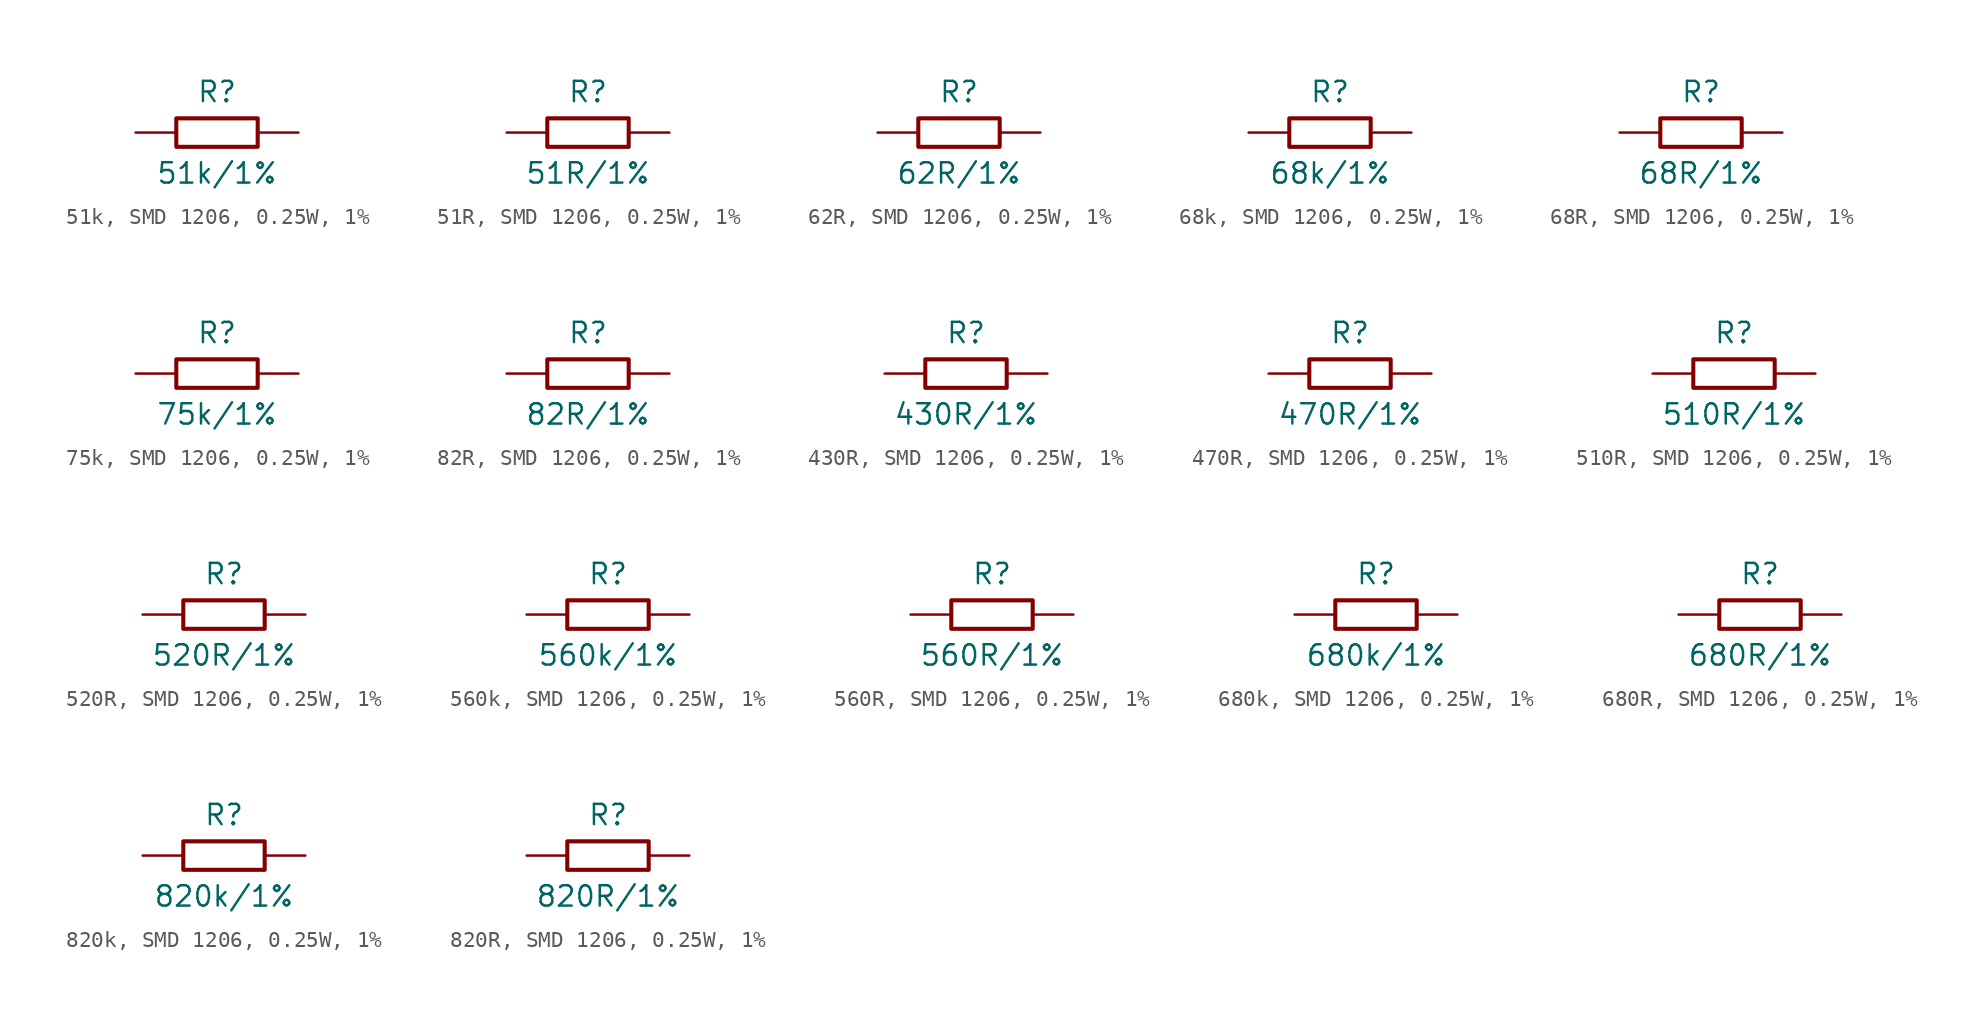
<source format=kicad_sym>
(kicad_symbol_lib
  (version 20220914)
  (generator kicad_symbol_editor)
  (symbol "51k, SMD 1206, 0.25W, 1%"
    (pin_numbers hide)
    (pin_names
      (offset 0) hide)
    (property "Reference" "R"
      (at 0 2.54 0)
      (effects (font (size 1.27 1.27))))
    (property "Value" "51k/1%"
      (at 0 -2.54 0)
      (effects (font (size 1.27 1.27))))
    (symbol "51k, SMD 1206, 0.25W, 1%_0_1"
      (rectangle (start -2.54 0.889) (end 2.54 -0.889) (stroke (width 0.254) (type default)) (fill (type none))))
    (symbol "51k, SMD 1206, 0.25W, 1%_1_1"
      (pin passive line (at -5.08 0 0) (length 2.54) (name "1" (effects (font (size 1.27 1.27)))) (number "1" (effects (font (size 1.27 1.27)))))
      (pin passive line (at 5.08 0 180) (length 2.54) (name "2" (effects (font (size 1.27 1.27)))) (number "2" (effects (font (size 1.27 1.27)))))))
  (symbol "51R, SMD 1206, 0.25W, 1%"
    (pin_numbers hide)
    (pin_names
      (offset 0) hide)
    (property "Reference" "R"
      (at 0 2.54 0)
      (effects (font (size 1.27 1.27))))
    (property "Value" "51R/1%"
      (at 0 -2.54 0)
      (effects (font (size 1.27 1.27))))
    (symbol "51R, SMD 1206, 0.25W, 1%_0_1"
      (rectangle (start -2.54 0.889) (end 2.54 -0.889) (stroke (width 0.254) (type default)) (fill (type none))))
    (symbol "51R, SMD 1206, 0.25W, 1%_1_1"
      (pin passive line (at -5.08 0 0) (length 2.54) (name "1" (effects (font (size 1.27 1.27)))) (number "1" (effects (font (size 1.27 1.27)))))
      (pin passive line (at 5.08 0 180) (length 2.54) (name "2" (effects (font (size 1.27 1.27)))) (number "2" (effects (font (size 1.27 1.27)))))))
  (symbol "62R, SMD 1206, 0.25W, 1%"
    (pin_numbers hide)
    (pin_names
      (offset 0) hide)
    (property "Reference" "R"
      (at 0 2.54 0)
      (effects (font (size 1.27 1.27))))
    (property "Value" "62R/1%"
      (at 0 -2.54 0)
      (effects (font (size 1.27 1.27))))
    (symbol "62R, SMD 1206, 0.25W, 1%_0_1"
      (rectangle (start -2.54 0.889) (end 2.54 -0.889) (stroke (width 0.254) (type default)) (fill (type none))))
    (symbol "62R, SMD 1206, 0.25W, 1%_1_1"
      (pin passive line (at -5.08 0 0) (length 2.54) (name "1" (effects (font (size 1.27 1.27)))) (number "1" (effects (font (size 1.27 1.27)))))
      (pin passive line (at 5.08 0 180) (length 2.54) (name "2" (effects (font (size 1.27 1.27)))) (number "2" (effects (font (size 1.27 1.27)))))))
  (symbol "68k, SMD 1206, 0.25W, 1%"
    (pin_numbers hide)
    (pin_names
      (offset 0) hide)
    (property "Reference" "R"
      (at 0 2.54 0)
      (effects (font (size 1.27 1.27))))
    (property "Value" "68k/1%"
      (at 0 -2.54 0)
      (effects (font (size 1.27 1.27))))
    (symbol "68k, SMD 1206, 0.25W, 1%_0_1"
      (rectangle (start -2.54 0.889) (end 2.54 -0.889) (stroke (width 0.254) (type default)) (fill (type none))))
    (symbol "68k, SMD 1206, 0.25W, 1%_1_1"
      (pin passive line (at -5.08 0 0) (length 2.54) (name "1" (effects (font (size 1.27 1.27)))) (number "1" (effects (font (size 1.27 1.27)))))
      (pin passive line (at 5.08 0 180) (length 2.54) (name "2" (effects (font (size 1.27 1.27)))) (number "2" (effects (font (size 1.27 1.27)))))))
  (symbol "68R, SMD 1206, 0.25W, 1%"
    (pin_numbers hide)
    (pin_names
      (offset 0) hide)
    (property "Reference" "R"
      (at 0 2.54 0)
      (effects (font (size 1.27 1.27))))
    (property "Value" "68R/1%"
      (at 0 -2.54 0)
      (effects (font (size 1.27 1.27))))
    (symbol "68R, SMD 1206, 0.25W, 1%_0_1"
      (rectangle (start -2.54 0.889) (end 2.54 -0.889) (stroke (width 0.254) (type default)) (fill (type none))))
    (symbol "68R, SMD 1206, 0.25W, 1%_1_1"
      (pin passive line (at -5.08 0 0) (length 2.54) (name "1" (effects (font (size 1.27 1.27)))) (number "1" (effects (font (size 1.27 1.27)))))
      (pin passive line (at 5.08 0 180) (length 2.54) (name "2" (effects (font (size 1.27 1.27)))) (number "2" (effects (font (size 1.27 1.27)))))))
  (symbol "75k, SMD 1206, 0.25W, 1%"
    (pin_numbers hide)
    (pin_names
      (offset 0) hide)
    (property "Reference" "R"
      (at 0 2.54 0)
      (effects (font (size 1.27 1.27))))
    (property "Value" "75k/1%"
      (at 0 -2.54 0)
      (effects (font (size 1.27 1.27))))
    (symbol "75k, SMD 1206, 0.25W, 1%_0_1"
      (rectangle (start -2.54 0.889) (end 2.54 -0.889) (stroke (width 0.254) (type default)) (fill (type none))))
    (symbol "75k, SMD 1206, 0.25W, 1%_1_1"
      (pin passive line (at -5.08 0 0) (length 2.54) (name "1" (effects (font (size 1.27 1.27)))) (number "1" (effects (font (size 1.27 1.27)))))
      (pin passive line (at 5.08 0 180) (length 2.54) (name "2" (effects (font (size 1.27 1.27)))) (number "2" (effects (font (size 1.27 1.27)))))))
  (symbol "82R, SMD 1206, 0.25W, 1%"
    (pin_numbers hide)
    (pin_names
      (offset 0) hide)
    (property "Reference" "R"
      (at 0 2.54 0)
      (effects (font (size 1.27 1.27))))
    (property "Value" "82R/1%"
      (at 0 -2.54 0)
      (effects (font (size 1.27 1.27))))
    (symbol "82R, SMD 1206, 0.25W, 1%_0_1"
      (rectangle (start -2.54 0.889) (end 2.54 -0.889) (stroke (width 0.254) (type default)) (fill (type none))))
    (symbol "82R, SMD 1206, 0.25W, 1%_1_1"
      (pin passive line (at -5.08 0 0) (length 2.54) (name "1" (effects (font (size 1.27 1.27)))) (number "1" (effects (font (size 1.27 1.27)))))
      (pin passive line (at 5.08 0 180) (length 2.54) (name "2" (effects (font (size 1.27 1.27)))) (number "2" (effects (font (size 1.27 1.27)))))))
  (symbol "430R, SMD 1206, 0.25W, 1%"
    (pin_numbers hide)
    (pin_names
      (offset 0) hide)
    (property "Reference" "R"
      (at 0 2.54 0)
      (effects (font (size 1.27 1.27))))
    (property "Value" "430R/1%"
      (at 0 -2.54 0)
      (effects (font (size 1.27 1.27))))
    (symbol "430R, SMD 1206, 0.25W, 1%_0_1"
      (rectangle (start -2.54 0.889) (end 2.54 -0.889) (stroke (width 0.254) (type default)) (fill (type none))))
    (symbol "430R, SMD 1206, 0.25W, 1%_1_1"
      (pin passive line (at -5.08 0 0) (length 2.54) (name "1" (effects (font (size 1.27 1.27)))) (number "1" (effects (font (size 1.27 1.27)))))
      (pin passive line (at 5.08 0 180) (length 2.54) (name "2" (effects (font (size 1.27 1.27)))) (number "2" (effects (font (size 1.27 1.27)))))))
  (symbol "470R, SMD 1206, 0.25W, 1%"
    (pin_numbers hide)
    (pin_names
      (offset 0) hide)
    (property "Reference" "R"
      (at 0 2.54 0)
      (effects (font (size 1.27 1.27))))
    (property "Value" "470R/1%"
      (at 0 -2.54 0)
      (effects (font (size 1.27 1.27))))
    (symbol "470R, SMD 1206, 0.25W, 1%_0_1"
      (rectangle (start -2.54 0.889) (end 2.54 -0.889) (stroke (width 0.254) (type default)) (fill (type none))))
    (symbol "470R, SMD 1206, 0.25W, 1%_1_1"
      (pin passive line (at -5.08 0 0) (length 2.54) (name "1" (effects (font (size 1.27 1.27)))) (number "1" (effects (font (size 1.27 1.27)))))
      (pin passive line (at 5.08 0 180) (length 2.54) (name "2" (effects (font (size 1.27 1.27)))) (number "2" (effects (font (size 1.27 1.27)))))))
  (symbol "510R, SMD 1206, 0.25W, 1%"
    (pin_numbers hide)
    (pin_names
      (offset 0) hide)
    (property "Reference" "R"
      (at 0 2.54 0)
      (effects (font (size 1.27 1.27))))
    (property "Value" "510R/1%"
      (at 0 -2.54 0)
      (effects (font (size 1.27 1.27))))
    (symbol "510R, SMD 1206, 0.25W, 1%_0_1"
      (rectangle (start -2.54 0.889) (end 2.54 -0.889) (stroke (width 0.254) (type default)) (fill (type none))))
    (symbol "510R, SMD 1206, 0.25W, 1%_1_1"
      (pin passive line (at -5.08 0 0) (length 2.54) (name "1" (effects (font (size 1.27 1.27)))) (number "1" (effects (font (size 1.27 1.27)))))
      (pin passive line (at 5.08 0 180) (length 2.54) (name "2" (effects (font (size 1.27 1.27)))) (number "2" (effects (font (size 1.27 1.27)))))))
  (symbol "520R, SMD 1206, 0.25W, 1%"
    (pin_numbers hide)
    (pin_names
      (offset 0) hide)
    (property "Reference" "R"
      (at 0 2.54 0)
      (effects (font (size 1.27 1.27))))
    (property "Value" "520R/1%"
      (at 0 -2.54 0)
      (effects (font (size 1.27 1.27))))
    (symbol "520R, SMD 1206, 0.25W, 1%_0_1"
      (rectangle (start -2.54 0.889) (end 2.54 -0.889) (stroke (width 0.254) (type default)) (fill (type none))))
    (symbol "520R, SMD 1206, 0.25W, 1%_1_1"
      (pin passive line (at -5.08 0 0) (length 2.54) (name "1" (effects (font (size 1.27 1.27)))) (number "1" (effects (font (size 1.27 1.27)))))
      (pin passive line (at 5.08 0 180) (length 2.54) (name "2" (effects (font (size 1.27 1.27)))) (number "2" (effects (font (size 1.27 1.27)))))))
  (symbol "560k, SMD 1206, 0.25W, 1%"
    (pin_numbers hide)
    (pin_names
      (offset 0) hide)
    (property "Reference" "R"
      (at 0 2.54 0)
      (effects (font (size 1.27 1.27))))
    (property "Value" "560k/1%"
      (at 0 -2.54 0)
      (effects (font (size 1.27 1.27))))
    (symbol "560k, SMD 1206, 0.25W, 1%_0_1"
      (rectangle (start -2.54 0.889) (end 2.54 -0.889) (stroke (width 0.254) (type default)) (fill (type none))))
    (symbol "560k, SMD 1206, 0.25W, 1%_1_1"
      (pin passive line (at -5.08 0 0) (length 2.54) (name "1" (effects (font (size 1.27 1.27)))) (number "1" (effects (font (size 1.27 1.27)))))
      (pin passive line (at 5.08 0 180) (length 2.54) (name "2" (effects (font (size 1.27 1.27)))) (number "2" (effects (font (size 1.27 1.27)))))))
  (symbol "560R, SMD 1206, 0.25W, 1%"
    (pin_numbers hide)
    (pin_names
      (offset 0) hide)
    (property "Reference" "R"
      (at 0 2.54 0)
      (effects (font (size 1.27 1.27))))
    (property "Value" "560R/1%"
      (at 0 -2.54 0)
      (effects (font (size 1.27 1.27))))
    (symbol "560R, SMD 1206, 0.25W, 1%_0_1"
      (rectangle (start -2.54 0.889) (end 2.54 -0.889) (stroke (width 0.254) (type default)) (fill (type none))))
    (symbol "560R, SMD 1206, 0.25W, 1%_1_1"
      (pin passive line (at -5.08 0 0) (length 2.54) (name "1" (effects (font (size 1.27 1.27)))) (number "1" (effects (font (size 1.27 1.27)))))
      (pin passive line (at 5.08 0 180) (length 2.54) (name "2" (effects (font (size 1.27 1.27)))) (number "2" (effects (font (size 1.27 1.27)))))))
  (symbol "680k, SMD 1206, 0.25W, 1%"
    (pin_numbers hide)
    (pin_names
      (offset 0) hide)
    (property "Reference" "R"
      (at 0 2.54 0)
      (effects (font (size 1.27 1.27))))
    (property "Value" "680k/1%"
      (at 0 -2.54 0)
      (effects (font (size 1.27 1.27))))
    (symbol "680k, SMD 1206, 0.25W, 1%_0_1"
      (rectangle (start -2.54 0.889) (end 2.54 -0.889) (stroke (width 0.254) (type default)) (fill (type none))))
    (symbol "680k, SMD 1206, 0.25W, 1%_1_1"
      (pin passive line (at -5.08 0 0) (length 2.54) (name "1" (effects (font (size 1.27 1.27)))) (number "1" (effects (font (size 1.27 1.27)))))
      (pin passive line (at 5.08 0 180) (length 2.54) (name "2" (effects (font (size 1.27 1.27)))) (number "2" (effects (font (size 1.27 1.27)))))))
  (symbol "680R, SMD 1206, 0.25W, 1%"
    (pin_numbers hide)
    (pin_names
      (offset 0) hide)
    (property "Reference" "R"
      (at 0 2.54 0)
      (effects (font (size 1.27 1.27))))
    (property "Value" "680R/1%"
      (at 0 -2.54 0)
      (effects (font (size 1.27 1.27))))
    (symbol "680R, SMD 1206, 0.25W, 1%_0_1"
      (rectangle (start -2.54 0.889) (end 2.54 -0.889) (stroke (width 0.254) (type default)) (fill (type none))))
    (symbol "680R, SMD 1206, 0.25W, 1%_1_1"
      (pin passive line (at -5.08 0 0) (length 2.54) (name "1" (effects (font (size 1.27 1.27)))) (number "1" (effects (font (size 1.27 1.27)))))
      (pin passive line (at 5.08 0 180) (length 2.54) (name "2" (effects (font (size 1.27 1.27)))) (number "2" (effects (font (size 1.27 1.27)))))))
  (symbol "820k, SMD 1206, 0.25W, 1%"
    (pin_numbers hide)
    (pin_names
      (offset 0) hide)
    (property "Reference" "R"
      (at 0 2.54 0)
      (effects (font (size 1.27 1.27))))
    (property "Value" "820k/1%"
      (at 0 -2.54 0)
      (effects (font (size 1.27 1.27))))
    (symbol "820k, SMD 1206, 0.25W, 1%_0_1"
      (rectangle (start -2.54 0.889) (end 2.54 -0.889) (stroke (width 0.254) (type default)) (fill (type none))))
    (symbol "820k, SMD 1206, 0.25W, 1%_1_1"
      (pin passive line (at -5.08 0 0) (length 2.54) (name "1" (effects (font (size 1.27 1.27)))) (number "1" (effects (font (size 1.27 1.27)))))
      (pin passive line (at 5.08 0 180) (length 2.54) (name "2" (effects (font (size 1.27 1.27)))) (number "2" (effects (font (size 1.27 1.27)))))))
  (symbol "820R, SMD 1206, 0.25W, 1%"
    (pin_numbers hide)
    (pin_names
      (offset 0) hide)
    (property "Reference" "R"
      (at 0 2.54 0)
      (effects (font (size 1.27 1.27))))
    (property "Value" "820R/1%"
      (at 0 -2.54 0)
      (effects (font (size 1.27 1.27))))
    (symbol "820R, SMD 1206, 0.25W, 1%_0_1"
      (rectangle (start -2.54 0.889) (end 2.54 -0.889) (stroke (width 0.254) (type default)) (fill (type none))))
    (symbol "820R, SMD 1206, 0.25W, 1%_1_1"
      (pin passive line (at -5.08 0 0) (length 2.54) (name "1" (effects (font (size 1.27 1.27)))) (number "1" (effects (font (size 1.27 1.27)))))
      (pin passive line (at 5.08 0 180) (length 2.54) (name "2" (effects (font (size 1.27 1.27)))) (number "2" (effects (font (size 1.27 1.27))))))))
</source>
